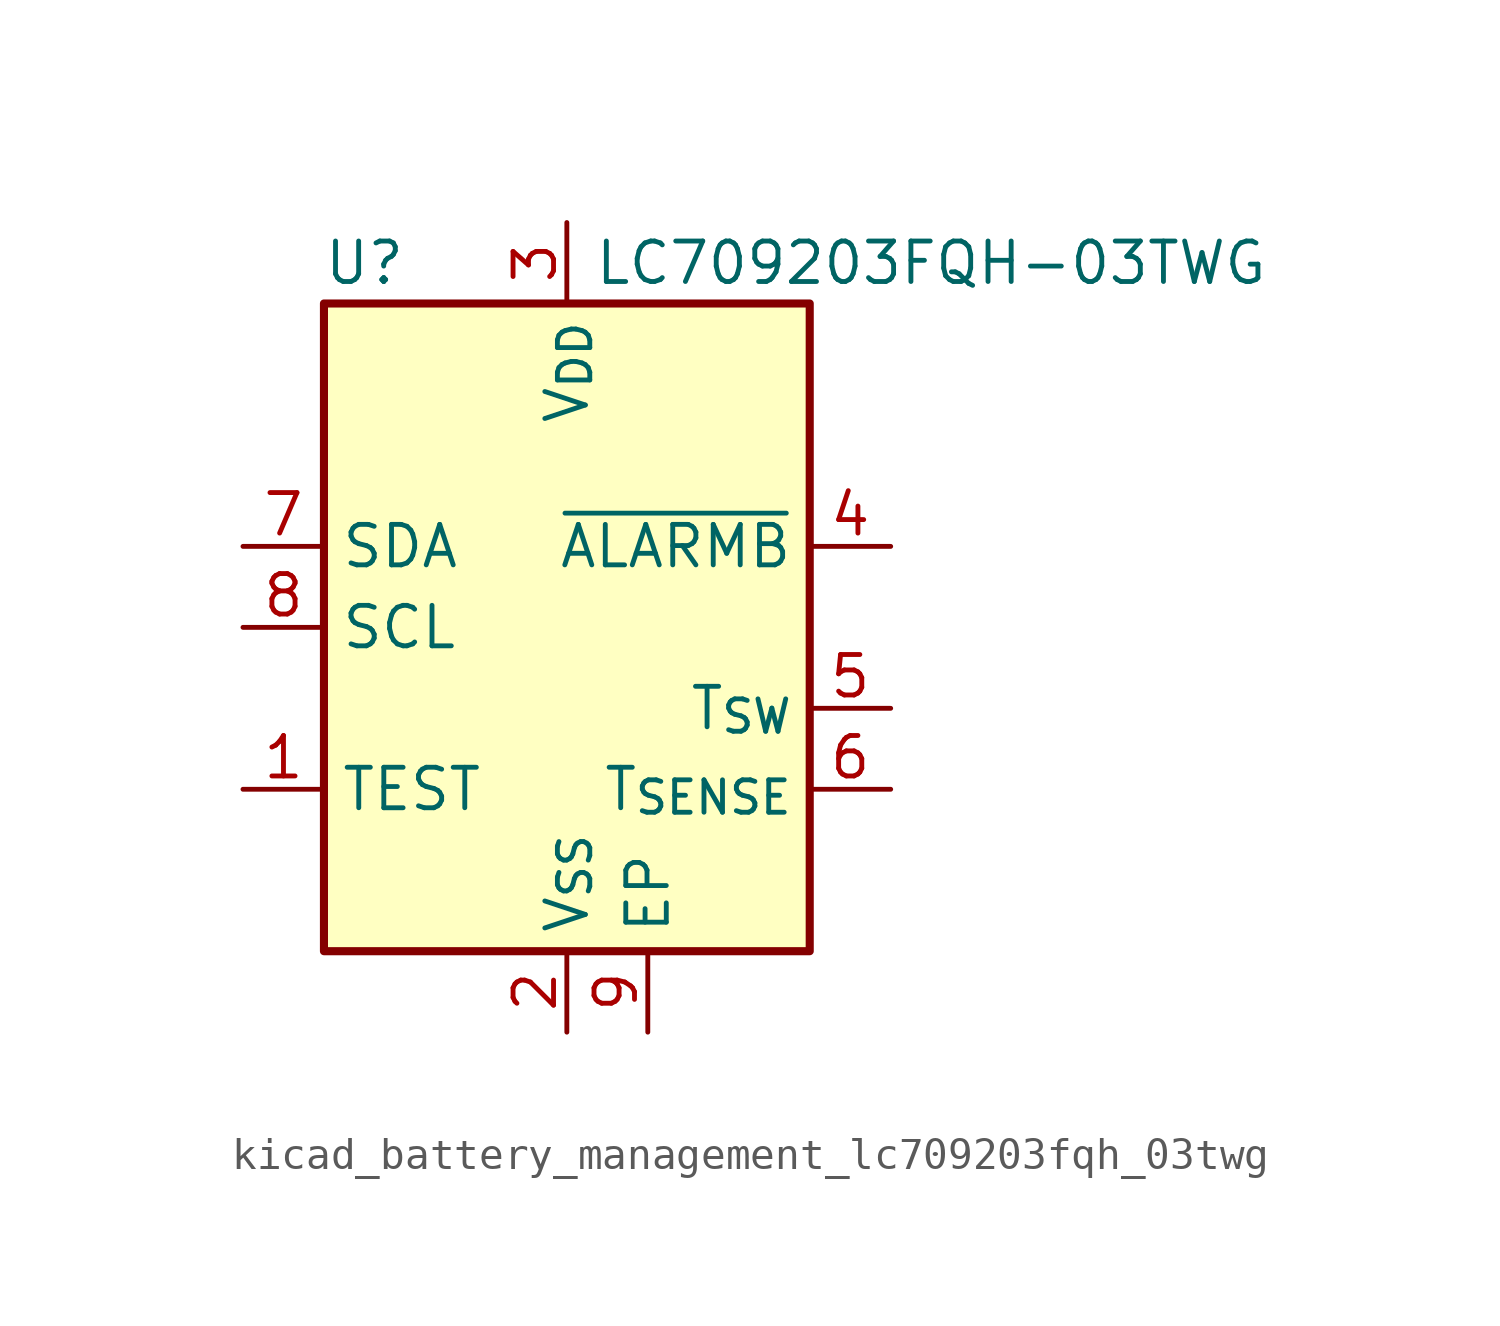
<source format=kicad_sym>
(kicad_symbol_lib
  (version 20220914)
  (generator kicad_symbol_editor)
  (symbol "kicad_battery_management_lc709203fqh_03twg"
    (property "Reference" "U"
      (at -6.35 11.43 0)
      (effects (font (size 1.27 1.27))))
    (property "Value" "LC709203FQH-03TWG"
      (at 11.43 11.43 0)
      (effects (font (size 1.27 1.27))))
    (symbol "kicad_battery_management_lc709203fqh_03twg_0_1"
      (rectangle (start -7.62 10.16) (end 7.62 -10.16) (stroke (width 0.254) (type default)) (fill (type background))))
    (symbol "kicad_battery_management_lc709203fqh_03twg_1_1"
      (pin input line (at -10.16 -5.08 0) (length 2.54) (name "TEST" (effects (font (size 1.27 1.27)))) (number "1" (effects (font (size 1.27 1.27)))))
      (pin power_in line (at 0 -12.7 90) (length 2.54) (name "V_{SS}" (effects (font (size 1.27 1.27)))) (number "2" (effects (font (size 1.27 1.27)))))
      (pin power_in line (at 0 12.7 270) (length 2.54) (name "V_{DD}" (effects (font (size 1.27 1.27)))) (number "3" (effects (font (size 1.27 1.27)))))
      (pin open_collector line (at 10.16 2.54 180) (length 2.54) (name "~{ALARMB}" (effects (font (size 1.27 1.27)))) (number "4" (effects (font (size 1.27 1.27)))))
      (pin output line (at 10.16 -2.54 180) (length 2.54) (name "T_{SW}" (effects (font (size 1.27 1.27)))) (number "5" (effects (font (size 1.27 1.27)))))
      (pin input line (at 10.16 -5.08 180) (length 2.54) (name "T_{SENSE}" (effects (font (size 1.27 1.27)))) (number "6" (effects (font (size 1.27 1.27)))))
      (pin bidirectional line (at -10.16 2.54 0) (length 2.54) (name "SDA" (effects (font (size 1.27 1.27)))) (number "7" (effects (font (size 1.27 1.27)))))
      (pin input line (at -10.16 0 0) (length 2.54) (name "SCL" (effects (font (size 1.27 1.27)))) (number "8" (effects (font (size 1.27 1.27)))))
      (pin passive line (at 2.54 -12.7 90) (length 2.54) (name "EP" (effects (font (size 1.27 1.27)))) (number "9" (effects (font (size 1.27 1.27))))))))
</source>
